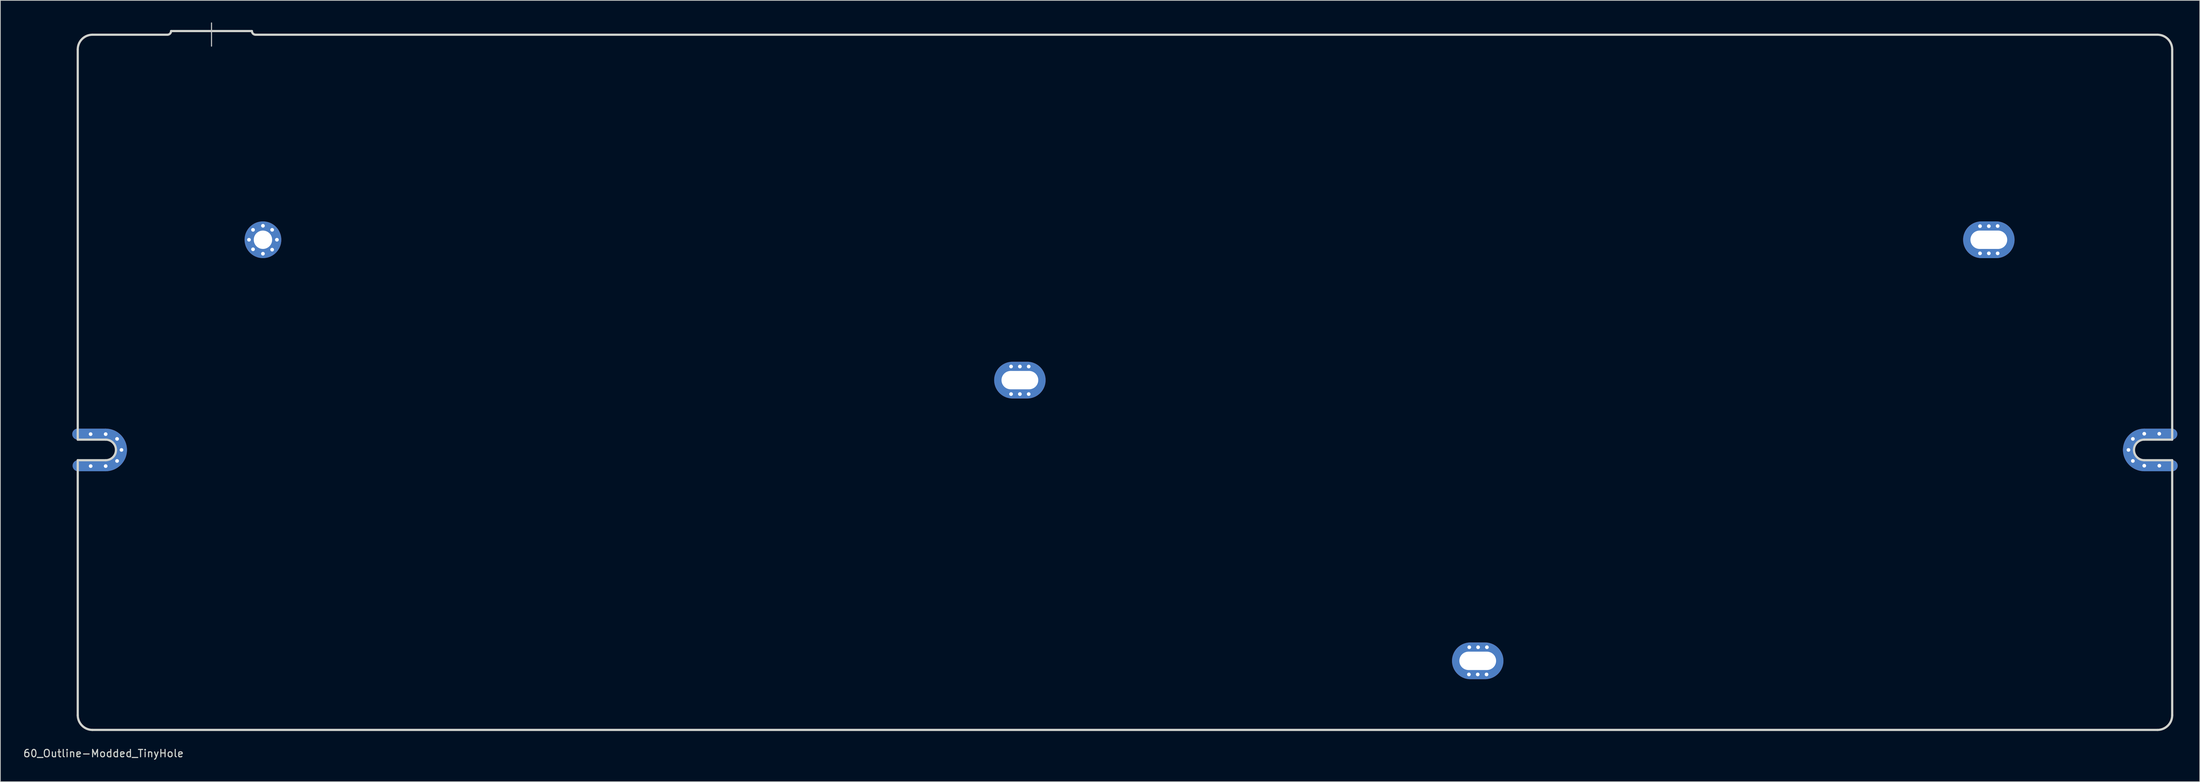
<source format=kicad_pcb>
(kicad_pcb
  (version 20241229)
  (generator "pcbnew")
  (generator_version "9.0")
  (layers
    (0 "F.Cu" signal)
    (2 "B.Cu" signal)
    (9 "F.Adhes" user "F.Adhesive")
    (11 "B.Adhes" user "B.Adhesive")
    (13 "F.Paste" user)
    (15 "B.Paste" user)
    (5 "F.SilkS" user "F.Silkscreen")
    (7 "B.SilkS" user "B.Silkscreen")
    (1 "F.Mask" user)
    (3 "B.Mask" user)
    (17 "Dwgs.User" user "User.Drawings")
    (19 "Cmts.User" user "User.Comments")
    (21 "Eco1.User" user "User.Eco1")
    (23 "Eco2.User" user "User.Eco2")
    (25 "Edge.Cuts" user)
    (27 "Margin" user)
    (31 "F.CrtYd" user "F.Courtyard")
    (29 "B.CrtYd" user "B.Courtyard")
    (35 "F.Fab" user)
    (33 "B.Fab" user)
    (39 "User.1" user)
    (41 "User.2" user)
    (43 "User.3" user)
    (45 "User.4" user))
  (footprint "60_Outline-Modded_TinyHole"
    (layer "F.Cu")
    (at 150.03 48.975)
    (property "Reference" "60_Outline-Modded_TinyHole" (at -139 50.5 0) (layer "Edge.Cuts") (effects (font (size 1 1) (thickness 0.15))))
    (attr through_hole)
    (fp_line (start -142.5 7.05) (end -138.7 7.05) (stroke (width 1.5) (type solid)) (layer "F.Cu"))
    (fp_line (start -142.45 11.35) (end -138.65 11.35) (stroke (width 1.5) (type solid)) (layer "F.Cu"))
    (fp_line (start 142.45 7.05) (end 138.65 7.05) (stroke (width 1.5) (type solid)) (layer "F.Cu"))
    (fp_line (start 142.5 11.35) (end 138.7 11.35) (stroke (width 1.5) (type solid)) (layer "F.Cu"))
    (fp_arc (start -138.7 7.05) (mid -137.17972 7.67972) (end -136.55 9.2) (stroke (width 1.5) (type solid)) (layer "F.Cu"))
    (fp_arc (start -136.55 9.2) (mid -137.17972 10.72028) (end -138.7 11.35) (stroke (width 1.5) (type solid)) (layer "F.Cu"))
    (fp_arc (start 136.55 9.2) (mid 137.17972 7.67972) (end 138.7 7.05) (stroke (width 1.5) (type solid)) (layer "F.Cu"))
    (fp_arc (start 138.7 11.35) (mid 137.17972 10.72028) (end 136.55 9.2) (stroke (width 1.5) (type solid)) (layer "F.Cu"))
    (fp_line (start -142.5 7.05) (end -138.7 7.05) (stroke (width 1.5) (type solid)) (layer "F.Mask"))
    (fp_line (start -142.45 11.35) (end -138.65 11.35) (stroke (width 1.5) (type solid)) (layer "F.Mask"))
    (fp_line (start 142.45 7.05) (end 138.65 7.05) (stroke (width 1.5) (type solid)) (layer "F.Mask"))
    (fp_line (start 142.5 11.35) (end 138.7 11.35) (stroke (width 1.5) (type solid)) (layer "F.Mask"))
    (fp_arc (start -138.7 7.05) (mid -137.17972 7.67972) (end -136.55 9.2) (stroke (width 1.5) (type solid)) (layer "F.Mask"))
    (fp_arc (start -136.55 9.2) (mid -137.17972 10.72028) (end -138.7 11.35) (stroke (width 1.5) (type solid)) (layer "F.Mask"))
    (fp_arc (start 136.55 9.2) (mid 137.17972 7.67972) (end 138.7 7.05) (stroke (width 1.5) (type solid)) (layer "F.Mask"))
    (fp_arc (start 138.7 11.35) (mid 137.17972 10.72028) (end 136.55 9.2) (stroke (width 1.5) (type solid)) (layer "F.Mask"))
    (fp_line (start -142.5 7.05) (end -138.7 7.05) (stroke (width 1.5) (type solid)) (layer "B.Cu"))
    (fp_line (start -142.45 11.35) (end -138.65 11.35) (stroke (width 1.5) (type solid)) (layer "B.Cu"))
    (fp_line (start 142.45 7.05) (end 138.65 7.05) (stroke (width 1.5) (type solid)) (layer "B.Cu"))
    (fp_line (start 142.5 11.35) (end 138.7 11.35) (stroke (width 1.5) (type solid)) (layer "B.Cu"))
    (fp_arc (start -138.7 7.05) (mid -137.17972 7.67972) (end -136.55 9.2) (stroke (width 1.5) (type solid)) (layer "B.Cu"))
    (fp_arc (start -136.55 9.2) (mid -137.17972 10.72028) (end -138.7 11.35) (stroke (width 1.5) (type solid)) (layer "B.Cu"))
    (fp_arc (start 136.55 9.2) (mid 137.17972 7.67972) (end 138.7 7.05) (stroke (width 1.5) (type solid)) (layer "B.Cu"))
    (fp_arc (start 138.7 11.35) (mid 137.17972 10.72028) (end 136.55 9.2) (stroke (width 1.5) (type solid)) (layer "B.Cu"))
    (fp_line (start -142.5 7.05) (end -138.7 7.05) (stroke (width 1.5) (type solid)) (layer "B.Mask"))
    (fp_line (start -142.45 11.35) (end -138.65 11.35) (stroke (width 1.5) (type solid)) (layer "B.Mask"))
    (fp_line (start 142.45 7.05) (end 138.65 7.05) (stroke (width 1.5) (type solid)) (layer "B.Mask"))
    (fp_line (start 142.5 11.35) (end 138.7 11.35) (stroke (width 1.5) (type solid)) (layer "B.Mask"))
    (fp_arc (start -138.7 7.05) (mid -137.17972 7.67972) (end -136.55 9.2) (stroke (width 1.5) (type solid)) (layer "B.Mask"))
    (fp_arc (start -136.55 9.2) (mid -137.17972 10.72028) (end -138.7 11.35) (stroke (width 1.5) (type solid)) (layer "B.Mask"))
    (fp_arc (start 136.55 9.2) (mid 137.17972 7.67972) (end 138.7 7.05) (stroke (width 1.5) (type solid)) (layer "B.Mask"))
    (fp_arc (start 138.7 11.35) (mid 137.17972 10.72028) (end 136.55 9.2) (stroke (width 1.5) (type solid)) (layer "B.Mask"))
    (fp_line (start -124.3 -48.9) (end -124.3 -45.75) (stroke (width 0.15) (type solid)) (layer "Dwgs.User"))
    (fp_line (start -142.5 7.8) (end -142.5 -45.3) (stroke (width 0.3) (type solid)) (layer "Edge.Cuts"))
    (fp_line (start -142.5 10.6) (end -138.7 10.6) (stroke (width 0.3) (type solid)) (layer "Edge.Cuts"))
    (fp_line (start -142.5 45.3) (end -142.5 10.6) (stroke (width 0.3) (type solid)) (layer "Edge.Cuts"))
    (fp_line (start -140.5 -47.3) (end -130.3 -47.3) (stroke (width 0.3) (type solid)) (layer "Edge.Cuts"))
    (fp_line (start -138.7 7.8) (end -142.5 7.8) (stroke (width 0.3) (type solid)) (layer "Edge.Cuts"))
    (fp_line (start -129.8 -47.8) (end -118.8 -47.8) (stroke (width 0.3) (type solid)) (layer "Edge.Cuts"))
    (fp_line (start 138.7 7.8) (end 142.5 7.8) (stroke (width 0.3) (type solid)) (layer "Edge.Cuts"))
    (fp_line (start 138.7 10.6) (end 142.5 10.6) (stroke (width 0.3) (type solid)) (layer "Edge.Cuts"))
    (fp_line (start 140.5 -47.3) (end -118.3 -47.3) (stroke (width 0.3) (type solid)) (layer "Edge.Cuts"))
    (fp_line (start 140.5 47.3) (end -140.5 47.3) (stroke (width 0.3) (type solid)) (layer "Edge.Cuts"))
    (fp_line (start 142.5 7.8) (end 142.5 -45.3) (stroke (width 0.3) (type solid)) (layer "Edge.Cuts"))
    (fp_line (start 142.5 10.6) (end 142.5 45.3) (stroke (width 0.3) (type solid)) (layer "Edge.Cuts"))
    (fp_arc (start -142.5 -45.3) (mid -141.914214 -46.714214) (end -140.5 -47.3) (stroke (width 0.3) (type solid)) (layer "Edge.Cuts"))
    (fp_arc (start -140.5 47.3) (mid -141.914214 46.714214) (end -142.5 45.3) (stroke (width 0.3) (type solid)) (layer "Edge.Cuts"))
    (fp_arc (start -138.7 7.8) (mid -137.710051 8.210051) (end -137.3 9.2) (stroke (width 0.3) (type solid)) (layer "Edge.Cuts"))
    (fp_arc (start -137.3 9.2) (mid -137.710051 10.189949) (end -138.7 10.6) (stroke (width 0.3) (type solid)) (layer "Edge.Cuts"))
    (fp_arc (start -129.8 -47.8) (mid -129.946447 -47.446447) (end -130.3 -47.3) (stroke (width 0.3) (type solid)) (layer "Edge.Cuts"))
    (fp_arc (start -118.3 -47.3) (mid -118.653553 -47.446447) (end -118.8 -47.8) (stroke (width 0.3) (type solid)) (layer "Edge.Cuts"))
    (fp_arc (start 137.3 9.2) (mid 137.710051 8.210051) (end 138.7 7.8) (stroke (width 0.3) (type solid)) (layer "Edge.Cuts"))
    (fp_arc (start 138.7 10.6) (mid 137.710051 10.189949) (end 137.3 9.2) (stroke (width 0.3) (type solid)) (layer "Edge.Cuts"))
    (fp_arc (start 140.5 -47.3) (mid 141.914214 -46.714214) (end 142.5 -45.3) (stroke (width 0.3) (type solid)) (layer "Edge.Cuts"))
    (fp_arc (start 142.5 45.3) (mid 141.914214 46.714214) (end 140.5 47.3) (stroke (width 0.3) (type solid)) (layer "Edge.Cuts"))
    (pad "1" thru_hole circle (at -140.75 7.05) (size 1 1) (drill 0.5) (layers "*.Cu" "*.Mask"))
    (pad "1" thru_hole circle (at -140.742 11.4) (size 1 1) (drill 0.5) (layers "*.Cu" "*.Mask"))
    (pad "1" thru_hole circle (at -138.7 7.05) (size 1 1) (drill 0.5) (layers "*.Cu" "*.Mask"))
    (pad "1" thru_hole circle (at -138.7 11.4) (size 1 1) (drill 0.5) (layers "*.Cu" "*.Mask"))
    (pad "1" thru_hole circle (at -137.15 7.7) (size 1 1) (drill 0.5) (layers "*.Cu" "*.Mask"))
    (pad "1" thru_hole circle (at -137.15 10.7 180) (size 1 1) (drill 0.5) (layers "*.Cu" "*.Mask"))
    (pad "1" thru_hole circle (at -136.55 9.2) (size 1 1) (drill 0.5) (layers "*.Cu" "*.Mask"))
    (pad "1" thru_hole circle (at -119.2 -19.4) (size 1 1) (drill 0.5) (layers "*.Cu" "*.Mask"))
    (pad "1" thru_hole circle (at -118.65 -20.75) (size 1 1) (drill 0.5) (layers "*.Cu" "*.Mask"))
    (pad "1" thru_hole circle (at -118.65 -18.1) (size 1 1) (drill 0.5) (layers "*.Cu" "*.Mask"))
    (pad "1" thru_hole circle (at -117.3 -21.3) (size 1 1) (drill 0.5) (layers "*.Cu" "*.Mask"))
    (pad "1" thru_hole circle (at -117.3 -19.4) (size 5 5) (drill 2.499) (layers "*.Cu" "*.Mask"))
    (pad "1" thru_hole circle (at -117.3 -17.5) (size 1 1) (drill 0.5) (layers "*.Cu" "*.Mask"))
    (pad "1" thru_hole circle (at -116.05 -20.75) (size 1 1) (drill 0.5) (layers "*.Cu" "*.Mask"))
    (pad "1" thru_hole circle (at -116.05 -18.05) (size 1 1) (drill 0.5) (layers "*.Cu" "*.Mask"))
    (pad "1" thru_hole circle (at -115.4 -19.4) (size 1 1) (drill 0.5) (layers "*.Cu" "*.Mask"))
    (pad "1" thru_hole circle (at -15.5 -2.15) (size 1 1) (drill 0.5) (layers "*.Cu" "*.Mask"))
    (pad "1" thru_hole circle (at -15.5 1.6) (size 1 1) (drill 0.5) (layers "*.Cu" "*.Mask"))
    (pad "1" thru_hole circle (at -14.3 -2.15) (size 1 1) (drill 0.5) (layers "*.Cu" "*.Mask"))
    (pad "1" thru_hole oval (at -14.3 -0.3) (size 7 5) (drill oval 5.001 2.499) (layers "*.Cu" "*.Mask"))
    (pad "1" thru_hole circle (at -14.3 1.6) (size 1 1) (drill 0.5) (layers "*.Cu" "*.Mask"))
    (pad "1" thru_hole circle (at -13.1 -2.15) (size 1 1) (drill 0.5) (layers "*.Cu" "*.Mask"))
    (pad "1" thru_hole circle (at -13.1 1.6) (size 1 1) (drill 0.5) (layers "*.Cu" "*.Mask"))
    (pad "1" thru_hole circle (at 46.8 39.75) (size 1 1) (drill 0.5) (layers "*.Cu" "*.Mask"))
    (pad "1" thru_hole circle (at 46.85 36.05) (size 1 1) (drill 0.5) (layers "*.Cu" "*.Mask"))
    (pad "1" thru_hole oval (at 48 37.9) (size 7 5) (drill oval 5.001 2.499) (layers "*.Cu" "*.Mask"))
    (pad "1" thru_hole circle (at 48 39.75) (size 1 1) (drill 0.5) (layers "*.Cu" "*.Mask"))
    (pad "1" thru_hole circle (at 48.05 36.05) (size 1 1) (drill 0.5) (layers "*.Cu" "*.Mask"))
    (pad "1" thru_hole circle (at 49.2 39.75) (size 1 1) (drill 0.5) (layers "*.Cu" "*.Mask"))
    (pad "1" thru_hole circle (at 49.25 36.05) (size 1 1) (drill 0.5) (layers "*.Cu" "*.Mask"))
    (pad "1" thru_hole circle (at 116.35 -21.25) (size 1 1) (drill 0.5) (layers "*.Cu" "*.Mask"))
    (pad "1" thru_hole circle (at 116.35 -17.55) (size 1 1) (drill 0.5) (layers "*.Cu" "*.Mask"))
    (pad "1" thru_hole circle (at 117.55 -21.25) (size 1 1) (drill 0.5) (layers "*.Cu" "*.Mask"))
    (pad "1" thru_hole oval (at 117.55 -19.4) (size 7 5) (drill oval 5.001 2.499) (layers "*.Cu" "*.Mask"))
    (pad "1" thru_hole circle (at 117.55 -17.55) (size 1 1) (drill 0.5) (layers "*.Cu" "*.Mask"))
    (pad "1" thru_hole circle (at 118.75 -21.267) (size 1 1) (drill 0.5) (layers "*.Cu" "*.Mask"))
    (pad "1" thru_hole circle (at 118.75 -17.55) (size 1 1) (drill 0.5) (layers "*.Cu" "*.Mask"))
    (pad "1" thru_hole circle (at 136.55 9.2 180) (size 1 1) (drill 0.5) (layers "*.Cu" "*.Mask"))
    (pad "1" thru_hole circle (at 137.15 7.7) (size 1 1) (drill 0.5) (layers "*.Cu" "*.Mask"))
    (pad "1" thru_hole circle (at 137.15 10.7 180) (size 1 1) (drill 0.5) (layers "*.Cu" "*.Mask"))
    (pad "1" thru_hole circle (at 138.7 7 180) (size 1 1) (drill 0.5) (layers "*.Cu" "*.Mask"))
    (pad "1" thru_hole circle (at 138.7 11.35 180) (size 1 1) (drill 0.5) (layers "*.Cu" "*.Mask"))
    (pad "1" thru_hole circle (at 140.742 7 180) (size 1 1) (drill 0.5) (layers "*.Cu" "*.Mask"))
    (pad "1" thru_hole circle (at 140.75 11.35 180) (size 1 1) (drill 0.5) (layers "*.Cu" "*.Mask")))
  (gr_rect
    (start -3 -3)
    (end 296.28 103.323)
    (stroke (width 0.1) (type default))
    (fill no)
    (layer "Edge.Cuts")))
</source>
